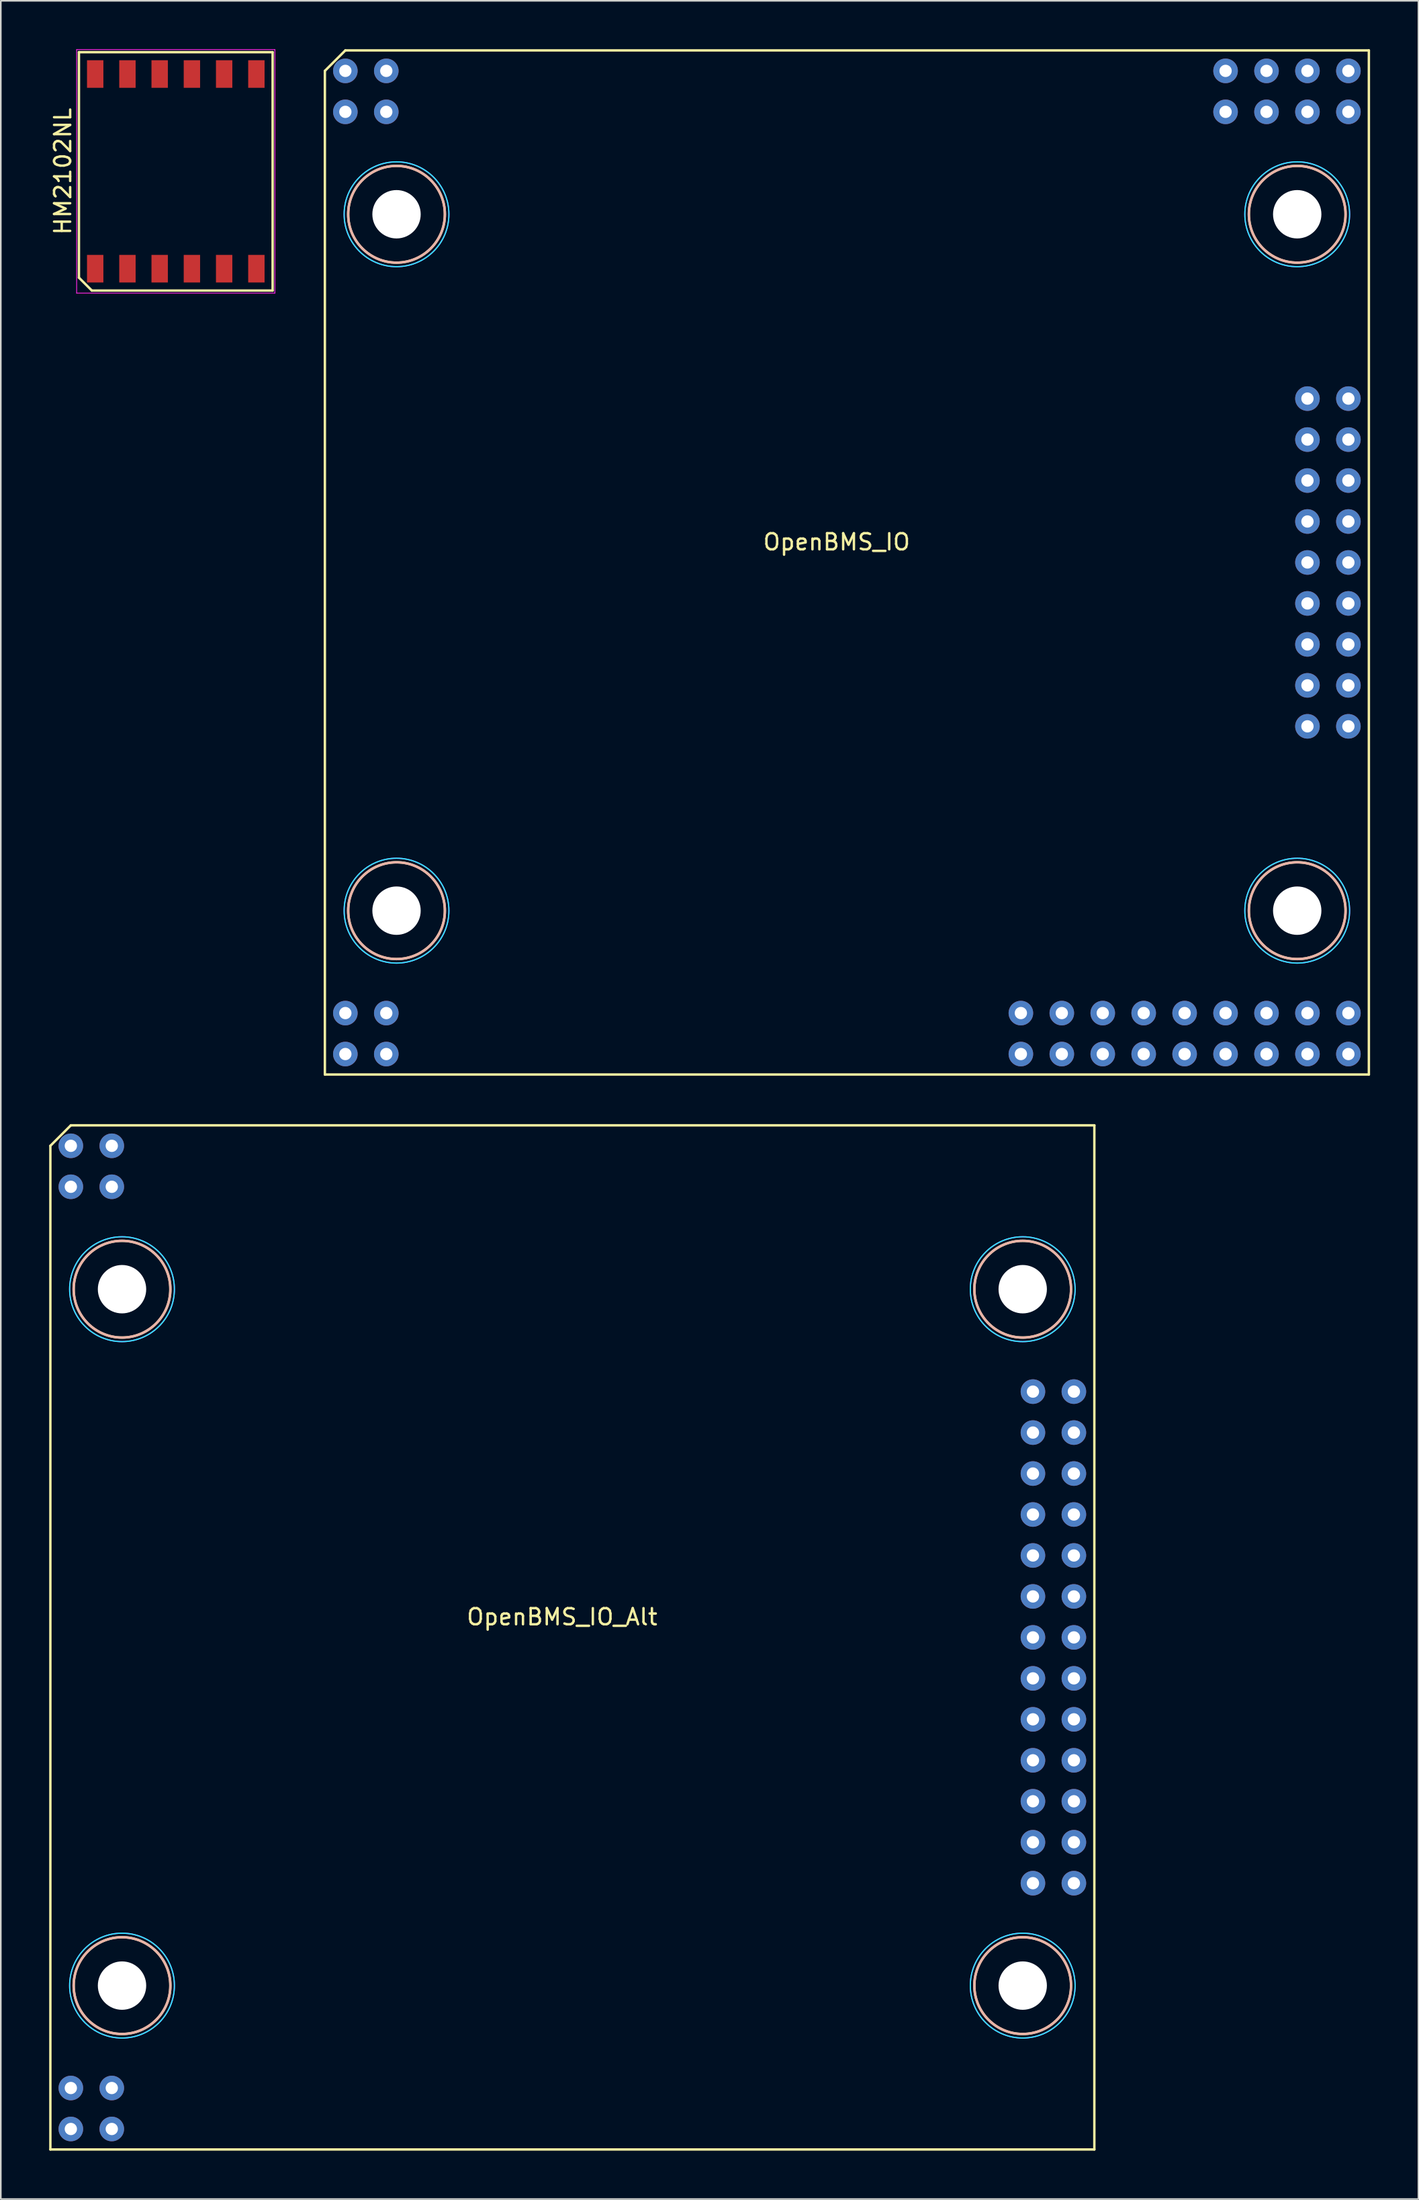
<source format=kicad_pcb>
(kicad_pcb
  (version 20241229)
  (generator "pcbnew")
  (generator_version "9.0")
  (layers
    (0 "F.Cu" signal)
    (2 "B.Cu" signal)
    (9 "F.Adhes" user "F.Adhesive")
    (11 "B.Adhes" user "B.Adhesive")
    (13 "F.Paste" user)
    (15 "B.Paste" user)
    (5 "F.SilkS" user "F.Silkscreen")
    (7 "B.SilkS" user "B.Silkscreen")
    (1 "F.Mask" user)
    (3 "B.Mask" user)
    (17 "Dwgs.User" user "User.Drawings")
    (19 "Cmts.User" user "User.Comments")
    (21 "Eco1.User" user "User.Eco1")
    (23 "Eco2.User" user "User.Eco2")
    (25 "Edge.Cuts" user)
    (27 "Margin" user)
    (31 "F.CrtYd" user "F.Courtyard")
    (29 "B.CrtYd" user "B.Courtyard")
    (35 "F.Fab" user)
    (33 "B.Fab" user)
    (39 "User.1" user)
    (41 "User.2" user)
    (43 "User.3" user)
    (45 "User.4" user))
  (footprint "OpenBMS_IO"
    (layer "F.Cu")
    (at 48.856 31.825)
    (property "Reference" "OpenBMS_IO" (at 0 -1.27 0) (layer "F.SilkS") (effects (font (size 1 1) (thickness 0.15))))
    (attr through_hole)
    (fp_line (start -31.75 -30.48) (end -30.48 -31.75) (stroke (width 0.15) (type solid)) (layer "F.SilkS"))
    (fp_line (start -31.75 31.75) (end -31.75 -30.48) (stroke (width 0.15) (type solid)) (layer "F.SilkS"))
    (fp_line (start -30.48 -31.75) (end 33.02 -31.75) (stroke (width 0.15) (type solid)) (layer "F.SilkS"))
    (fp_line (start 33.02 -31.75) (end 33.02 31.75) (stroke (width 0.15) (type solid)) (layer "F.SilkS"))
    (fp_line (start 33.02 31.75) (end -31.75 31.75) (stroke (width 0.15) (type solid)) (layer "F.SilkS"))
    (fp_circle (center -27.305 -21.59) (end -24.305 -21.59) (stroke (width 0.15) (type solid)) (fill no) (layer "F.SilkS"))
    (fp_circle (center -27.305 21.59) (end -24.305 21.59) (stroke (width 0.15) (type solid)) (fill no) (layer "F.SilkS"))
    (fp_circle (center 28.575 -21.59) (end 31.575 -21.59) (stroke (width 0.15) (type solid)) (fill no) (layer "F.SilkS"))
    (fp_circle (center 28.575 21.59) (end 31.575 21.59) (stroke (width 0.15) (type solid)) (fill no) (layer "F.SilkS"))
    (fp_circle (center -27.305 -21.59) (end -24.305 -21.59) (stroke (width 0.15) (type solid)) (fill no) (layer "B.SilkS"))
    (fp_circle (center -27.305 21.59) (end -24.305 21.59) (stroke (width 0.15) (type solid)) (fill no) (layer "B.SilkS"))
    (fp_circle (center 28.575 -21.59) (end 31.575 -21.59) (stroke (width 0.15) (type solid)) (fill no) (layer "B.SilkS"))
    (fp_circle (center 28.575 21.59) (end 31.575 21.59) (stroke (width 0.15) (type solid)) (fill no) (layer "B.SilkS"))
    (fp_circle (center -27.305 -21.59) (end -24.055 -21.59) (stroke (width 0.075) (type solid)) (fill no) (layer "B.CrtYd"))
    (fp_circle (center -27.305 21.59) (end -24.055 21.59) (stroke (width 0.075) (type solid)) (fill no) (layer "B.CrtYd"))
    (fp_circle (center 28.575 -21.59) (end 31.825 -21.59) (stroke (width 0.075) (type solid)) (fill no) (layer "B.CrtYd"))
    (fp_circle (center 28.575 21.59) (end 31.825 21.59) (stroke (width 0.075) (type solid)) (fill no) (layer "B.CrtYd"))
    (fp_circle (center -27.305 -21.59) (end -24.055 -21.59) (stroke (width 0.075) (type solid)) (fill no) (layer "F.CrtYd"))
    (fp_circle (center -27.305 21.59) (end -24.055 21.59) (stroke (width 0.075) (type solid)) (fill no) (layer "F.CrtYd"))
    (fp_circle (center 28.575 -21.59) (end 31.825 -21.59) (stroke (width 0.075) (type solid)) (fill no) (layer "F.CrtYd"))
    (fp_circle (center 28.575 21.59) (end 31.825 21.59) (stroke (width 0.075) (type solid)) (fill no) (layer "F.CrtYd"))
    (pad "" np_thru_hole circle (at -27.305 -21.59) (size 3 3) (drill 3) (layers "*.Cu" "*.Mask"))
    (pad "" np_thru_hole circle (at -27.305 21.59) (size 3 3) (drill 3) (layers "*.Cu" "*.Mask"))
    (pad "" np_thru_hole circle (at 28.575 -21.59) (size 3 3) (drill 3) (layers "*.Cu" "*.Mask"))
    (pad "" np_thru_hole circle (at 28.575 21.59) (size 3 3) (drill 3) (layers "*.Cu" "*.Mask"))
    (pad "Cmax_in" thru_hole circle (at -27.94 -27.94) (size 1.524 1.524) (drill 0.762) (layers "*.Cu" "*.Mask"))
    (pad "DRIVE" thru_hole circle (at 29.21 7.62) (size 1.524 1.524) (drill 0.762) (layers "*.Cu" "*.Mask"))
    (pad "DTEN" thru_hole circle (at 29.21 0) (size 1.524 1.524) (drill 0.762) (layers "*.Cu" "*.Mask"))
    (pad "GND" thru_hole circle (at -30.48 -30.48) (size 1.524 1.524) (drill 0.762) (layers "*.Cu" "*.Mask"))
    (pad "GND" thru_hole circle (at -30.48 -27.94) (size 1.524 1.524) (drill 0.762) (layers "*.Cu" "*.Mask"))
    (pad "GND" thru_hole circle (at -30.48 27.94) (size 1.524 1.524) (drill 0.762) (layers "*.Cu" "*.Mask"))
    (pad "GND" thru_hole circle (at -30.48 30.48) (size 1.524 1.524) (drill 0.762) (layers "*.Cu" "*.Mask"))
    (pad "GND" thru_hole circle (at -27.94 27.94) (size 1.524 1.524) (drill 0.762) (layers "*.Cu" "*.Mask"))
    (pad "GND" thru_hole circle (at -27.94 30.48) (size 1.524 1.524) (drill 0.762) (layers "*.Cu" "*.Mask"))
    (pad "GND" thru_hole circle (at 11.43 30.48) (size 1.524 1.524) (drill 0.762) (layers "*.Cu" "*.Mask"))
    (pad "GND" thru_hole circle (at 13.97 30.48) (size 1.524 1.524) (drill 0.762) (layers "*.Cu" "*.Mask"))
    (pad "GND" thru_hole circle (at 16.51 30.48) (size 1.524 1.524) (drill 0.762) (layers "*.Cu" "*.Mask"))
    (pad "GND" thru_hole circle (at 19.05 30.48) (size 1.524 1.524) (drill 0.762) (layers "*.Cu" "*.Mask"))
    (pad "GND" thru_hole circle (at 21.59 30.48) (size 1.524 1.524) (drill 0.762) (layers "*.Cu" "*.Mask"))
    (pad "GND" thru_hole circle (at 24.13 -30.48 180) (size 1.524 1.524) (drill 0.762) (layers "*.Cu" "*.Mask"))
    (pad "GND" thru_hole circle (at 24.13 30.48) (size 1.524 1.524) (drill 0.762) (layers "*.Cu" "*.Mask"))
    (pad "GND" thru_hole circle (at 26.67 -30.48 180) (size 1.524 1.524) (drill 0.762) (layers "*.Cu" "*.Mask"))
    (pad "GND" thru_hole circle (at 26.67 30.48) (size 1.524 1.524) (drill 0.762) (layers "*.Cu" "*.Mask"))
    (pad "GND" thru_hole circle (at 29.21 -30.48 180) (size 1.524 1.524) (drill 0.762) (layers "*.Cu" "*.Mask"))
    (pad "GND" thru_hole circle (at 29.21 30.48) (size 1.524 1.524) (drill 0.762) (layers "*.Cu" "*.Mask"))
    (pad "GND" thru_hole circle (at 31.75 -30.48 180) (size 1.524 1.524) (drill 0.762) (layers "*.Cu" "*.Mask"))
    (pad "GND" thru_hole circle (at 31.75 -10.16 90) (size 1.524 1.524) (drill 0.762) (layers "*.Cu" "*.Mask"))
    (pad "GND" thru_hole circle (at 31.75 -7.62 90) (size 1.524 1.524) (drill 0.762) (layers "*.Cu" "*.Mask"))
    (pad "GND" thru_hole circle (at 31.75 -5.08 90) (size 1.524 1.524) (drill 0.762) (layers "*.Cu" "*.Mask"))
    (pad "GND" thru_hole circle (at 31.75 -2.54 90) (size 1.524 1.524) (drill 0.762) (layers "*.Cu" "*.Mask"))
    (pad "GND" thru_hole circle (at 31.75 0 90) (size 1.524 1.524) (drill 0.762) (layers "*.Cu" "*.Mask"))
    (pad "GND" thru_hole circle (at 31.75 2.54 90) (size 1.524 1.524) (drill 0.762) (layers "*.Cu" "*.Mask"))
    (pad "GND" thru_hole circle (at 31.75 5.08 90) (size 1.524 1.524) (drill 0.762) (layers "*.Cu" "*.Mask"))
    (pad "GND" thru_hole circle (at 31.75 7.62 90) (size 1.524 1.524) (drill 0.762) (layers "*.Cu" "*.Mask"))
    (pad "GND" thru_hole circle (at 31.75 10.16 90) (size 1.524 1.524) (drill 0.762) (layers "*.Cu" "*.Mask"))
    (pad "GND" thru_hole circle (at 31.75 30.48) (size 1.524 1.524) (drill 0.762) (layers "*.Cu" "*.Mask"))
    (pad "GPIO1" thru_hole circle (at 11.43 27.94) (size 1.524 1.524) (drill 0.762) (layers "*.Cu" "*.Mask"))
    (pad "GPIO2" thru_hole circle (at 13.97 27.94) (size 1.524 1.524) (drill 0.762) (layers "*.Cu" "*.Mask"))
    (pad "GPIO3" thru_hole circle (at 16.51 27.94) (size 1.524 1.524) (drill 0.762) (layers "*.Cu" "*.Mask"))
    (pad "GPIO4" thru_hole circle (at 19.05 27.94) (size 1.524 1.524) (drill 0.762) (layers "*.Cu" "*.Mask"))
    (pad "GPIO5" thru_hole circle (at 21.59 27.94) (size 1.524 1.524) (drill 0.762) (layers "*.Cu" "*.Mask"))
    (pad "GPIO6" thru_hole circle (at 24.13 27.94) (size 1.524 1.524) (drill 0.762) (layers "*.Cu" "*.Mask"))
    (pad "GPIO7" thru_hole circle (at 26.67 27.94) (size 1.524 1.524) (drill 0.762) (layers "*.Cu" "*.Mask"))
    (pad "GPIO8" thru_hole circle (at 29.21 27.94) (size 1.524 1.524) (drill 0.762) (layers "*.Cu" "*.Mask"))
    (pad "GPIO9" thru_hole circle (at 31.75 27.94) (size 1.524 1.524) (drill 0.762) (layers "*.Cu" "*.Mask"))
    (pad "IHM" thru_hole circle (at 29.21 -27.94 180) (size 1.524 1.524) (drill 0.762) (layers "*.Cu" "*.Mask"))
    (pad "IHP" thru_hole circle (at 31.75 -27.94 180) (size 1.524 1.524) (drill 0.762) (layers "*.Cu" "*.Mask"))
    (pad "ILM" thru_hole circle (at 24.13 -27.94 180) (size 1.524 1.524) (drill 0.762) (layers "*.Cu" "*.Mask"))
    (pad "ILP" thru_hole circle (at 26.67 -27.94 180) (size 1.524 1.524) (drill 0.762) (layers "*.Cu" "*.Mask"))
    (pad "ISOMD" thru_hole circle (at 29.21 -7.62) (size 1.524 1.524) (drill 0.762) (layers "*.Cu" "*.Mask"))
    (pad "V+" thru_hole circle (at -27.94 -30.48) (size 1.524 1.524) (drill 0.762) (layers "*.Cu" "*.Mask"))
    (pad "VREF1" thru_hole circle (at 29.21 2.54 90) (size 1.524 1.524) (drill 0.762) (layers "*.Cu" "*.Mask"))
    (pad "VREF2" thru_hole circle (at 29.21 5.08 90) (size 1.524 1.524) (drill 0.762) (layers "*.Cu" "*.Mask"))
    (pad "VREG" thru_hole circle (at 29.21 10.16) (size 1.524 1.524) (drill 0.762) (layers "*.Cu" "*.Mask"))
    (pad "WDT" thru_hole circle (at 29.21 -10.16) (size 1.524 1.524) (drill 0.762) (layers "*.Cu" "*.Mask"))
    (pad "~SDI" thru_hole circle (at 29.21 -2.54) (size 1.524 1.524) (drill 0.762) (layers "*.Cu" "*.Mask"))
    (pad "~SDO" thru_hole circle (at 29.21 -5.08) (size 1.524 1.524) (drill 0.762) (layers "*.Cu" "*.Mask")))
  (footprint "HM2102NL"
    (layer "F.Cu")
    (at 7.856 7.575)
    (property "Reference" "HM2102NL" (at -7.008 0 90) (layer "F.SilkS") (effects (font (size 1 1) (thickness 0.15))))
    (attr smd)
    (fp_line (start -6.008 -7.39) (end 6.008 -7.39) (stroke (width 0.15) (type solid)) (layer "F.SilkS"))
    (fp_line (start -6.008 6.59) (end -6.008 -7.39) (stroke (width 0.15) (type solid)) (layer "F.SilkS"))
    (fp_line (start -5.208 7.39) (end -6.008 6.59) (stroke (width 0.15) (type solid)) (layer "F.SilkS"))
    (fp_line (start 6.008 -7.39) (end 6.008 7.39) (stroke (width 0.15) (type solid)) (layer "F.SilkS"))
    (fp_line (start 6.008 7.39) (end -5.208 7.39) (stroke (width 0.15) (type solid)) (layer "F.SilkS"))
    (fp_line (start -6.15 -7.55) (end 6.15 -7.55) (stroke (width 0.05) (type solid)) (layer "F.CrtYd"))
    (fp_line (start -6.15 7.55) (end -6.15 -7.55) (stroke (width 0.05) (type solid)) (layer "F.CrtYd"))
    (fp_line (start 6.15 -7.55) (end 6.15 7.55) (stroke (width 0.05) (type solid)) (layer "F.CrtYd"))
    (fp_line (start 6.15 7.55) (end -6.15 7.55) (stroke (width 0.05) (type solid)) (layer "F.CrtYd"))
    (pad "1" smd rect (at -5 6.035) (size 1.016 1.71) (layers "F.Cu" "F.Mask" "F.Paste"))
    (pad "2" smd rect (at -3 6.035) (size 1.016 1.71) (layers "F.Cu" "F.Mask" "F.Paste"))
    (pad "3" smd rect (at -1 6.035) (size 1.016 1.71) (layers "F.Cu" "F.Mask" "F.Paste"))
    (pad "4" smd rect (at 1 6.035) (size 1.016 1.71) (layers "F.Cu" "F.Mask" "F.Paste"))
    (pad "5" smd rect (at 3 6.035) (size 1.016 1.71) (layers "F.Cu" "F.Mask" "F.Paste"))
    (pad "6" smd rect (at 5 6.035) (size 1.016 1.71) (layers "F.Cu" "F.Mask" "F.Paste"))
    (pad "7" smd rect (at 5 -6.035) (size 1.016 1.71) (layers "F.Cu" "F.Mask" "F.Paste"))
    (pad "8" smd rect (at 3 -6.035) (size 1.016 1.71) (layers "F.Cu" "F.Mask" "F.Paste"))
    (pad "9" smd rect (at 1 -6.035) (size 1.016 1.71) (layers "F.Cu" "F.Mask" "F.Paste"))
    (pad "10" smd rect (at -1 -6.035) (size 1.016 1.71) (layers "F.Cu" "F.Mask" "F.Paste"))
    (pad "11" smd rect (at -3 -6.035) (size 1.016 1.71) (layers "F.Cu" "F.Mask" "F.Paste"))
    (pad "12" smd rect (at -5 -6.035) (size 1.016 1.71) (layers "F.Cu" "F.Mask" "F.Paste")))
  (footprint "OpenBMS_IO_Alt"
    (layer "F.Cu")
    (at 31.825 98.475)
    (property "Reference" "OpenBMS_IO_Alt" (at 0 -1.27 0) (layer "F.SilkS") (effects (font (size 1 1) (thickness 0.15))))
    (attr through_hole)
    (fp_line (start -31.75 -30.48) (end -30.48 -31.75) (stroke (width 0.15) (type solid)) (layer "F.SilkS"))
    (fp_line (start -31.75 31.75) (end -31.75 -30.48) (stroke (width 0.15) (type solid)) (layer "F.SilkS"))
    (fp_line (start -30.48 -31.75) (end 33.02 -31.75) (stroke (width 0.15) (type solid)) (layer "F.SilkS"))
    (fp_line (start 33.02 -31.75) (end 33.02 31.75) (stroke (width 0.15) (type solid)) (layer "F.SilkS"))
    (fp_line (start 33.02 31.75) (end -31.75 31.75) (stroke (width 0.15) (type solid)) (layer "F.SilkS"))
    (fp_circle (center -27.305 -21.59) (end -24.305 -21.59) (stroke (width 0.15) (type solid)) (fill no) (layer "F.SilkS"))
    (fp_circle (center -27.305 21.59) (end -24.305 21.59) (stroke (width 0.15) (type solid)) (fill no) (layer "F.SilkS"))
    (fp_circle (center 28.575 -21.59) (end 31.575 -21.59) (stroke (width 0.15) (type solid)) (fill no) (layer "F.SilkS"))
    (fp_circle (center 28.575 21.59) (end 31.575 21.59) (stroke (width 0.15) (type solid)) (fill no) (layer "F.SilkS"))
    (fp_circle (center -27.305 -21.59) (end -24.305 -21.59) (stroke (width 0.15) (type solid)) (fill no) (layer "B.SilkS"))
    (fp_circle (center -27.305 21.59) (end -24.305 21.59) (stroke (width 0.15) (type solid)) (fill no) (layer "B.SilkS"))
    (fp_circle (center 28.575 -21.59) (end 31.575 -21.59) (stroke (width 0.15) (type solid)) (fill no) (layer "B.SilkS"))
    (fp_circle (center 28.575 21.59) (end 31.575 21.59) (stroke (width 0.15) (type solid)) (fill no) (layer "B.SilkS"))
    (fp_circle (center -27.305 -21.59) (end -24.055 -21.59) (stroke (width 0.075) (type solid)) (fill no) (layer "B.CrtYd"))
    (fp_circle (center -27.305 21.59) (end -24.055 21.59) (stroke (width 0.075) (type solid)) (fill no) (layer "B.CrtYd"))
    (fp_circle (center 28.575 -21.59) (end 31.825 -21.59) (stroke (width 0.075) (type solid)) (fill no) (layer "B.CrtYd"))
    (fp_circle (center 28.575 21.59) (end 31.825 21.59) (stroke (width 0.075) (type solid)) (fill no) (layer "B.CrtYd"))
    (fp_circle (center -27.305 -21.59) (end -24.055 -21.59) (stroke (width 0.075) (type solid)) (fill no) (layer "F.CrtYd"))
    (fp_circle (center -27.305 21.59) (end -24.055 21.59) (stroke (width 0.075) (type solid)) (fill no) (layer "F.CrtYd"))
    (fp_circle (center 28.575 -21.59) (end 31.825 -21.59) (stroke (width 0.075) (type solid)) (fill no) (layer "F.CrtYd"))
    (fp_circle (center 28.575 21.59) (end 31.825 21.59) (stroke (width 0.075) (type solid)) (fill no) (layer "F.CrtYd"))
    (pad "" np_thru_hole circle (at -27.305 -21.59) (size 3 3) (drill 3) (layers "*.Cu" "*.Mask"))
    (pad "" np_thru_hole circle (at -27.305 21.59) (size 3 3) (drill 3) (layers "*.Cu" "*.Mask"))
    (pad "" np_thru_hole circle (at 28.575 -21.59) (size 3 3) (drill 3) (layers "*.Cu" "*.Mask"))
    (pad "" np_thru_hole circle (at 28.575 21.59) (size 3 3) (drill 3) (layers "*.Cu" "*.Mask"))
    (pad "Cmax_in" thru_hole circle (at -27.94 -27.94) (size 1.524 1.524) (drill 0.762) (layers "*.Cu" "*.Mask"))
    (pad "Cmax_in" thru_hole circle (at 31.75 -15.24 90) (size 1.524 1.524) (drill 0.762) (layers "*.Cu" "*.Mask"))
    (pad "DRIVE" thru_hole circle (at 29.21 10.16) (size 1.524 1.524) (drill 0.762) (layers "*.Cu" "*.Mask"))
    (pad "DTEN" thru_hole circle (at 29.21 2.54) (size 1.524 1.524) (drill 0.762) (layers "*.Cu" "*.Mask"))
    (pad "GND" thru_hole circle (at -30.48 -30.48) (size 1.524 1.524) (drill 0.762) (layers "*.Cu" "*.Mask"))
    (pad "GND" thru_hole circle (at -30.48 -27.94) (size 1.524 1.524) (drill 0.762) (layers "*.Cu" "*.Mask"))
    (pad "GND" thru_hole circle (at -30.48 27.94) (size 1.524 1.524) (drill 0.762) (layers "*.Cu" "*.Mask"))
    (pad "GND" thru_hole circle (at -30.48 30.48) (size 1.524 1.524) (drill 0.762) (layers "*.Cu" "*.Mask"))
    (pad "GND" thru_hole circle (at -27.94 27.94) (size 1.524 1.524) (drill 0.762) (layers "*.Cu" "*.Mask"))
    (pad "GND" thru_hole circle (at -27.94 30.48) (size 1.524 1.524) (drill 0.762) (layers "*.Cu" "*.Mask"))
    (pad "GND" thru_hole circle (at 29.21 15.24 90) (size 1.524 1.524) (drill 0.762) (layers "*.Cu" "*.Mask"))
    (pad "GND" thru_hole circle (at 31.75 15.24 90) (size 1.524 1.524) (drill 0.762) (layers "*.Cu" "*.Mask"))
    (pad "GPIO1" thru_hole circle (at 31.75 12.7 90) (size 1.524 1.524) (drill 0.762) (layers "*.Cu" "*.Mask"))
    (pad "GPIO2" thru_hole circle (at 31.75 10.16 90) (size 1.524 1.524) (drill 0.762) (layers "*.Cu" "*.Mask"))
    (pad "GPIO3" thru_hole circle (at 31.75 7.62 90) (size 1.524 1.524) (drill 0.762) (layers "*.Cu" "*.Mask"))
    (pad "GPIO4" thru_hole circle (at 31.75 5.08 90) (size 1.524 1.524) (drill 0.762) (layers "*.Cu" "*.Mask"))
    (pad "GPIO5" thru_hole circle (at 31.75 2.54 90) (size 1.524 1.524) (drill 0.762) (layers "*.Cu" "*.Mask"))
    (pad "GPIO6" thru_hole circle (at 31.75 0 90) (size 1.524 1.524) (drill 0.762) (layers "*.Cu" "*.Mask"))
    (pad "GPIO7" thru_hole circle (at 31.75 -2.54 90) (size 1.524 1.524) (drill 0.762) (layers "*.Cu" "*.Mask"))
    (pad "GPIO8" thru_hole circle (at 31.75 -5.08 90) (size 1.524 1.524) (drill 0.762) (layers "*.Cu" "*.Mask"))
    (pad "GPIO9" thru_hole circle (at 31.75 -7.62 90) (size 1.524 1.524) (drill 0.762) (layers "*.Cu" "*.Mask"))
    (pad "IHM" thru_hole circle (at 31.75 -10.16 270) (size 1.524 1.524) (drill 0.762) (layers "*.Cu" "*.Mask"))
    (pad "IHP" thru_hole circle (at 31.75 -12.7 270) (size 1.524 1.524) (drill 0.762) (layers "*.Cu" "*.Mask"))
    (pad "ILM" thru_hole circle (at 29.21 -10.16 270) (size 1.524 1.524) (drill 0.762) (layers "*.Cu" "*.Mask"))
    (pad "ILP" thru_hole circle (at 29.21 -12.7 270) (size 1.524 1.524) (drill 0.762) (layers "*.Cu" "*.Mask"))
    (pad "ISOMD" thru_hole circle (at 29.21 -5.08) (size 1.524 1.524) (drill 0.762) (layers "*.Cu" "*.Mask"))
    (pad "V+" thru_hole circle (at -27.94 -30.48) (size 1.524 1.524) (drill 0.762) (layers "*.Cu" "*.Mask"))
    (pad "V+" thru_hole circle (at 29.21 -15.24 90) (size 1.524 1.524) (drill 0.762) (layers "*.Cu" "*.Mask"))
    (pad "VREF1" thru_hole circle (at 29.21 5.08 90) (size 1.524 1.524) (drill 0.762) (layers "*.Cu" "*.Mask"))
    (pad "VREF2" thru_hole circle (at 29.21 7.62 90) (size 1.524 1.524) (drill 0.762) (layers "*.Cu" "*.Mask"))
    (pad "VREG" thru_hole circle (at 29.21 12.7) (size 1.524 1.524) (drill 0.762) (layers "*.Cu" "*.Mask"))
    (pad "WDT" thru_hole circle (at 29.21 -7.62) (size 1.524 1.524) (drill 0.762) (layers "*.Cu" "*.Mask"))
    (pad "~SDI" thru_hole circle (at 29.21 0) (size 1.524 1.524) (drill 0.762) (layers "*.Cu" "*.Mask"))
    (pad "~SDO" thru_hole circle (at 29.21 -2.54) (size 1.524 1.524) (drill 0.762) (layers "*.Cu" "*.Mask")))
  (gr_rect
    (start -3 -3)
    (end 84.951 133.3)
    (stroke (width 0.1) (type default))
    (fill no)
    (layer "Edge.Cuts")))
</source>
